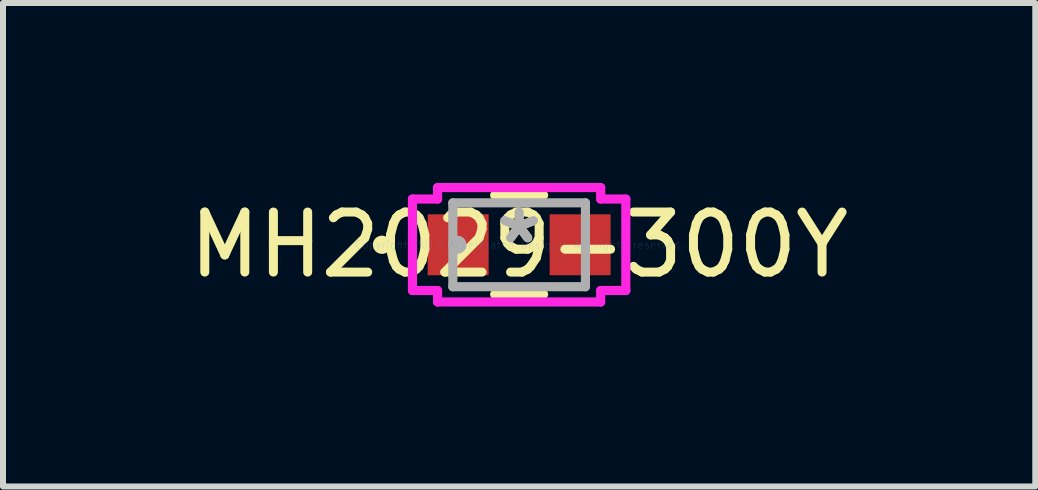
<source format=kicad_pcb>
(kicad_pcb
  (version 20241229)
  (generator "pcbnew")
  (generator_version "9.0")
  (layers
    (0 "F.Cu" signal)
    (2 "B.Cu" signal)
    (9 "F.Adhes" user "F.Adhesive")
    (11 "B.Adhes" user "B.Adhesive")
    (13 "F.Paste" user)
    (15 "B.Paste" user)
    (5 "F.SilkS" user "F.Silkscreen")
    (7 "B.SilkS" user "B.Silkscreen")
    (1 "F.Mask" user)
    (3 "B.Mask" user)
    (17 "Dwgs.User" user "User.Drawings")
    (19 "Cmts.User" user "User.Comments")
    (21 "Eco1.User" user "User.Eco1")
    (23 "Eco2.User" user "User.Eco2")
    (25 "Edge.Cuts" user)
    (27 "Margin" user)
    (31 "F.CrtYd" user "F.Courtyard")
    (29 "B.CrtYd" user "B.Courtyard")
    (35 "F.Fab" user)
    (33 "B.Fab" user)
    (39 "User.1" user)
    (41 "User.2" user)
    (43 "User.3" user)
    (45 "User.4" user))
  (footprint "MH2029-300Y"
    (layer "F.Cu")
    (at 5.601 1.029)
    (property "Reference" "MH2029-300Y" (at 0 0 0) (layer "F.SilkS") (effects (font (size 1 1) (thickness 0.15))))
    (attr through_hole)
    (fp_line (start -0.408 0.826) (end 0.408 0.826) (stroke (width 0.152) (type solid)) (layer "F.SilkS"))
    (fp_line (start 0.408 -0.826) (end -0.408 -0.826) (stroke (width 0.152) (type solid)) (layer "F.SilkS"))
    (fp_circle (center -2.286 0) (end -2.21 0) (stroke (width 0.152) (type solid)) (fill no) (layer "F.SilkS"))
    (fp_line (start -1.778 -0.762) (end -1.359 -0.762) (stroke (width 0.152) (type solid)) (layer "F.CrtYd"))
    (fp_line (start -1.778 0.762) (end -1.778 -0.762) (stroke (width 0.152) (type solid)) (layer "F.CrtYd"))
    (fp_line (start -1.359 -0.953) (end 1.359 -0.953) (stroke (width 0.152) (type solid)) (layer "F.CrtYd"))
    (fp_line (start -1.359 -0.762) (end -1.359 -0.953) (stroke (width 0.152) (type solid)) (layer "F.CrtYd"))
    (fp_line (start -1.359 0.762) (end -1.778 0.762) (stroke (width 0.152) (type solid)) (layer "F.CrtYd"))
    (fp_line (start -1.359 0.953) (end -1.359 0.762) (stroke (width 0.152) (type solid)) (layer "F.CrtYd"))
    (fp_line (start 1.359 -0.953) (end 1.359 -0.762) (stroke (width 0.152) (type solid)) (layer "F.CrtYd"))
    (fp_line (start 1.359 -0.762) (end 1.778 -0.762) (stroke (width 0.152) (type solid)) (layer "F.CrtYd"))
    (fp_line (start 1.359 0.762) (end 1.359 0.953) (stroke (width 0.152) (type solid)) (layer "F.CrtYd"))
    (fp_line (start 1.359 0.953) (end -1.359 0.953) (stroke (width 0.152) (type solid)) (layer "F.CrtYd"))
    (fp_line (start 1.778 -0.762) (end 1.778 0.762) (stroke (width 0.152) (type solid)) (layer "F.CrtYd"))
    (fp_line (start 1.778 0.762) (end 1.359 0.762) (stroke (width 0.152) (type solid)) (layer "F.CrtYd"))
    (fp_line (start -1.105 -0.699) (end -1.105 0.699) (stroke (width 0.152) (type solid)) (layer "F.Fab"))
    (fp_line (start -1.105 0.699) (end 1.105 0.699) (stroke (width 0.152) (type solid)) (layer "F.Fab"))
    (fp_line (start 1.105 -0.699) (end -1.105 -0.699) (stroke (width 0.152) (type solid)) (layer "F.Fab"))
    (fp_line (start 1.105 0.699) (end 1.105 -0.699) (stroke (width 0.152) (type solid)) (layer "F.Fab"))
    (fp_circle (center -1.029 0) (end -0.953 0) (stroke (width 0.152) (type solid)) (fill no) (layer "F.Fab"))
    (fp_text user "*" (at 0 0 0) (layer "F.SilkS") (effects (font (size 1 1) (thickness 0.15))))
    (fp_text user "Copyright 2016 Accelerated Designs. All rights reserved." (at 0 0 0) (layer "Cmts.User") (effects (font (size 0.127 0.127) (thickness 0.002))))
    (fp_text user "*" (at 0 0 0) (layer "F.Fab") (effects (font (size 1 1) (thickness 0.15))))
    (pad "1" smd rect (at -1.016 0) (size 1.016 1.016) (layers "F.Cu" "F.Mask" "F.Paste"))
    (pad "2" smd rect (at 1.016 0) (size 1.016 1.016) (layers "F.Cu" "F.Mask" "F.Paste")))
  (gr_rect
    (start -3 -3)
    (end 14.202 5.057)
    (stroke (width 0.1) (type default))
    (fill no)
    (layer "Edge.Cuts")))
</source>
